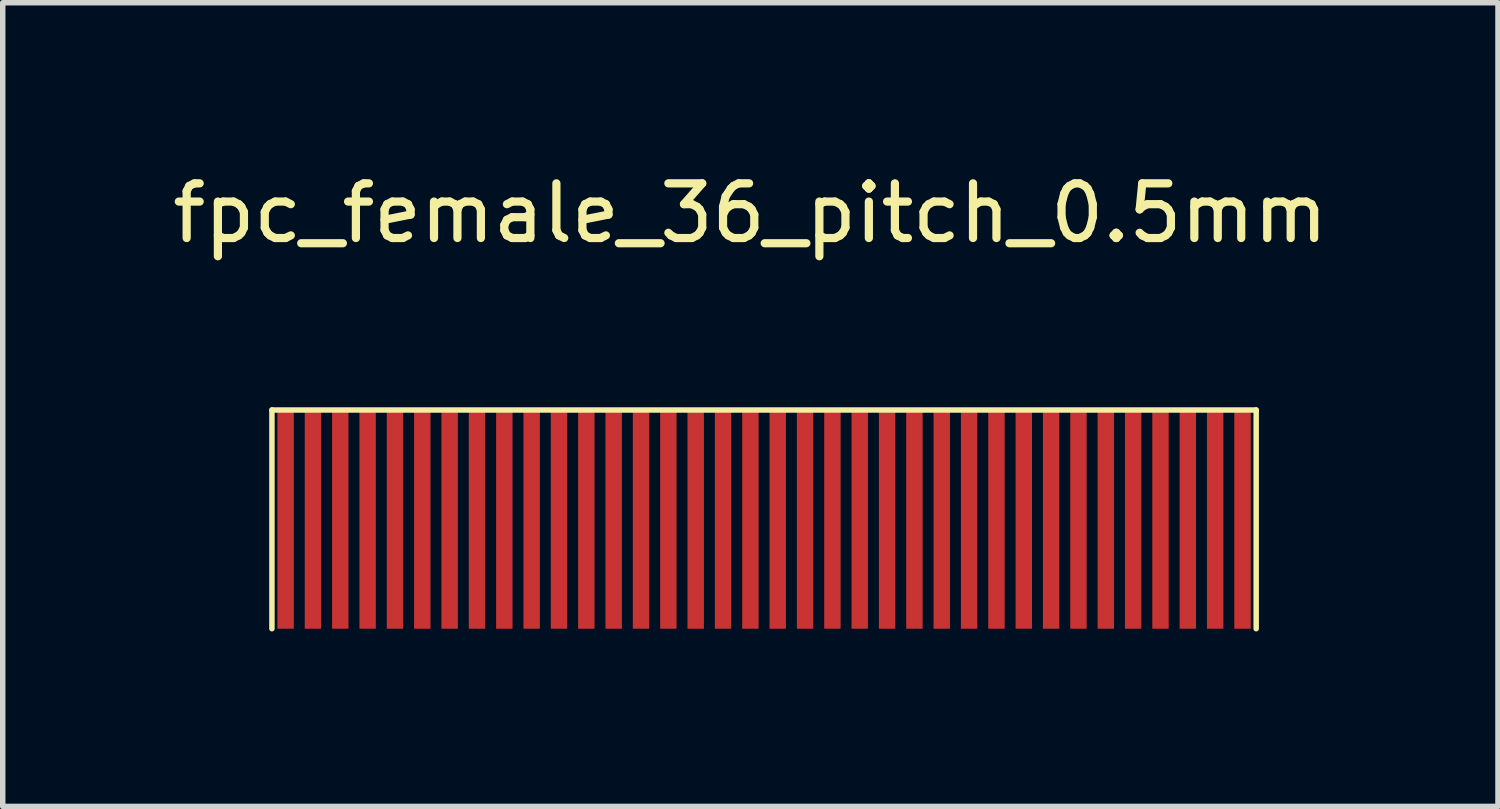
<source format=kicad_pcb>
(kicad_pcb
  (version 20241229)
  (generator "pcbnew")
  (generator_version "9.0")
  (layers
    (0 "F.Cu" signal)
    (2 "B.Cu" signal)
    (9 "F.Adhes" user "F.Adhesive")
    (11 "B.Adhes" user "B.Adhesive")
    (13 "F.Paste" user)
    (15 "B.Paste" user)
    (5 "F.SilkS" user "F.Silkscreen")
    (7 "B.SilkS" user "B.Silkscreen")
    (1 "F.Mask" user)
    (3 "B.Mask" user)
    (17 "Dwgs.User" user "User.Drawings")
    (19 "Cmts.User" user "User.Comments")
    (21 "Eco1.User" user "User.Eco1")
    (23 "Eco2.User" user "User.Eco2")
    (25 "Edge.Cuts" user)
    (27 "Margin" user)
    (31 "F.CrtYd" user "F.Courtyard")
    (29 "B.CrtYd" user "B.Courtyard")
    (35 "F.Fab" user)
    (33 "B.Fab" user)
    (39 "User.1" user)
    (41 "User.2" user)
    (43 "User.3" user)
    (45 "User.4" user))
  (footprint "fpc_female_36_pitch_0.5mm"
    (layer "F.Cu")
    (at 10.673 8.448)
    (property "Reference" "fpc_female_36_pitch_0.5mm" (at 0 -7.6 0) (layer "F.SilkS") (effects (font (size 1 1) (thickness 0.15))))
    (attr through_hole)
    (fp_line (start -8.75 -4) (end 9.25 -4) (stroke (width 0.1) (type solid)) (layer "F.SilkS"))
    (fp_line (start -8.75 0) (end -8.75 -4) (stroke (width 0.1) (type solid)) (layer "F.SilkS"))
    (fp_line (start 9.25 -4) (end 9.25 0) (stroke (width 0.1) (type solid)) (layer "F.SilkS"))
    (pad "1" smd rect (at -8.5 -2) (size 0.3 4) (layers "F.Cu" "F.Mask" "F.Paste"))
    (pad "2" smd rect (at -8 -2) (size 0.3 4) (layers "F.Cu" "F.Mask" "F.Paste"))
    (pad "3" smd rect (at -7.5 -2) (size 0.3 4) (layers "F.Cu" "F.Mask" "F.Paste"))
    (pad "4" smd rect (at -7 -2) (size 0.3 4) (layers "F.Cu" "F.Mask" "F.Paste"))
    (pad "5" smd rect (at -6.5 -2) (size 0.3 4) (layers "F.Cu" "F.Mask" "F.Paste"))
    (pad "6" smd rect (at -6 -2) (size 0.3 4) (layers "F.Cu" "F.Mask" "F.Paste"))
    (pad "7" smd rect (at -5.5 -2) (size 0.3 4) (layers "F.Cu" "F.Mask" "F.Paste"))
    (pad "8" smd rect (at -5 -2) (size 0.3 4) (layers "F.Cu" "F.Mask" "F.Paste"))
    (pad "9" smd rect (at -4.5 -2) (size 0.3 4) (layers "F.Cu" "F.Mask" "F.Paste"))
    (pad "10" smd rect (at -4 -2) (size 0.3 4) (layers "F.Cu" "F.Mask" "F.Paste"))
    (pad "11" smd rect (at -3.5 -2) (size 0.3 4) (layers "F.Cu" "F.Mask" "F.Paste"))
    (pad "12" smd rect (at -3 -2) (size 0.3 4) (layers "F.Cu" "F.Mask" "F.Paste"))
    (pad "13" smd rect (at -2.5 -2) (size 0.3 4) (layers "F.Cu" "F.Mask" "F.Paste"))
    (pad "14" smd rect (at -2 -2) (size 0.3 4) (layers "F.Cu" "F.Mask" "F.Paste"))
    (pad "15" smd rect (at -1.5 -2) (size 0.3 4) (layers "F.Cu" "F.Mask" "F.Paste"))
    (pad "16" smd rect (at -1 -2) (size 0.3 4) (layers "F.Cu" "F.Mask" "F.Paste"))
    (pad "17" smd rect (at -0.5 -2) (size 0.3 4) (layers "F.Cu" "F.Mask" "F.Paste"))
    (pad "18" smd rect (at 0 -2) (size 0.3 4) (layers "F.Cu" "F.Mask" "F.Paste"))
    (pad "19" smd rect (at 0.5 -2) (size 0.3 4) (layers "F.Cu" "F.Mask" "F.Paste"))
    (pad "20" smd rect (at 1 -2) (size 0.3 4) (layers "F.Cu" "F.Mask" "F.Paste"))
    (pad "21" smd rect (at 1.5 -2) (size 0.3 4) (layers "F.Cu" "F.Mask" "F.Paste"))
    (pad "22" smd rect (at 2 -2) (size 0.3 4) (layers "F.Cu" "F.Mask" "F.Paste"))
    (pad "23" smd rect (at 2.5 -2) (size 0.3 4) (layers "F.Cu" "F.Mask" "F.Paste"))
    (pad "24" smd rect (at 3 -2) (size 0.3 4) (layers "F.Cu" "F.Mask" "F.Paste"))
    (pad "25" smd rect (at 3.5 -2) (size 0.3 4) (layers "F.Cu" "F.Mask" "F.Paste"))
    (pad "26" smd rect (at 4 -2) (size 0.3 4) (layers "F.Cu" "F.Mask" "F.Paste"))
    (pad "27" smd rect (at 4.5 -2) (size 0.3 4) (layers "F.Cu" "F.Mask" "F.Paste"))
    (pad "28" smd rect (at 5 -2) (size 0.3 4) (layers "F.Cu" "F.Mask" "F.Paste"))
    (pad "29" smd rect (at 5.5 -2) (size 0.3 4) (layers "F.Cu" "F.Mask" "F.Paste"))
    (pad "30" smd rect (at 6 -2) (size 0.3 4) (layers "F.Cu" "F.Mask" "F.Paste"))
    (pad "31" smd rect (at 6.5 -2) (size 0.3 4) (layers "F.Cu" "F.Mask" "F.Paste"))
    (pad "32" smd rect (at 7 -2) (size 0.3 4) (layers "F.Cu" "F.Mask" "F.Paste"))
    (pad "33" smd rect (at 7.5 -2) (size 0.3 4) (layers "F.Cu" "F.Mask" "F.Paste"))
    (pad "34" smd rect (at 8 -2) (size 0.3 4) (layers "F.Cu" "F.Mask" "F.Paste"))
    (pad "35" smd rect (at 8.5 -2) (size 0.3 4) (layers "F.Cu" "F.Mask" "F.Paste"))
    (pad "36" smd rect (at 9 -2) (size 0.3 4) (layers "F.Cu" "F.Mask" "F.Paste")))
  (gr_rect
    (start -3 -3)
    (end 24.345 11.698)
    (stroke (width 0.1) (type default))
    (fill no)
    (layer "Edge.Cuts")))
</source>
